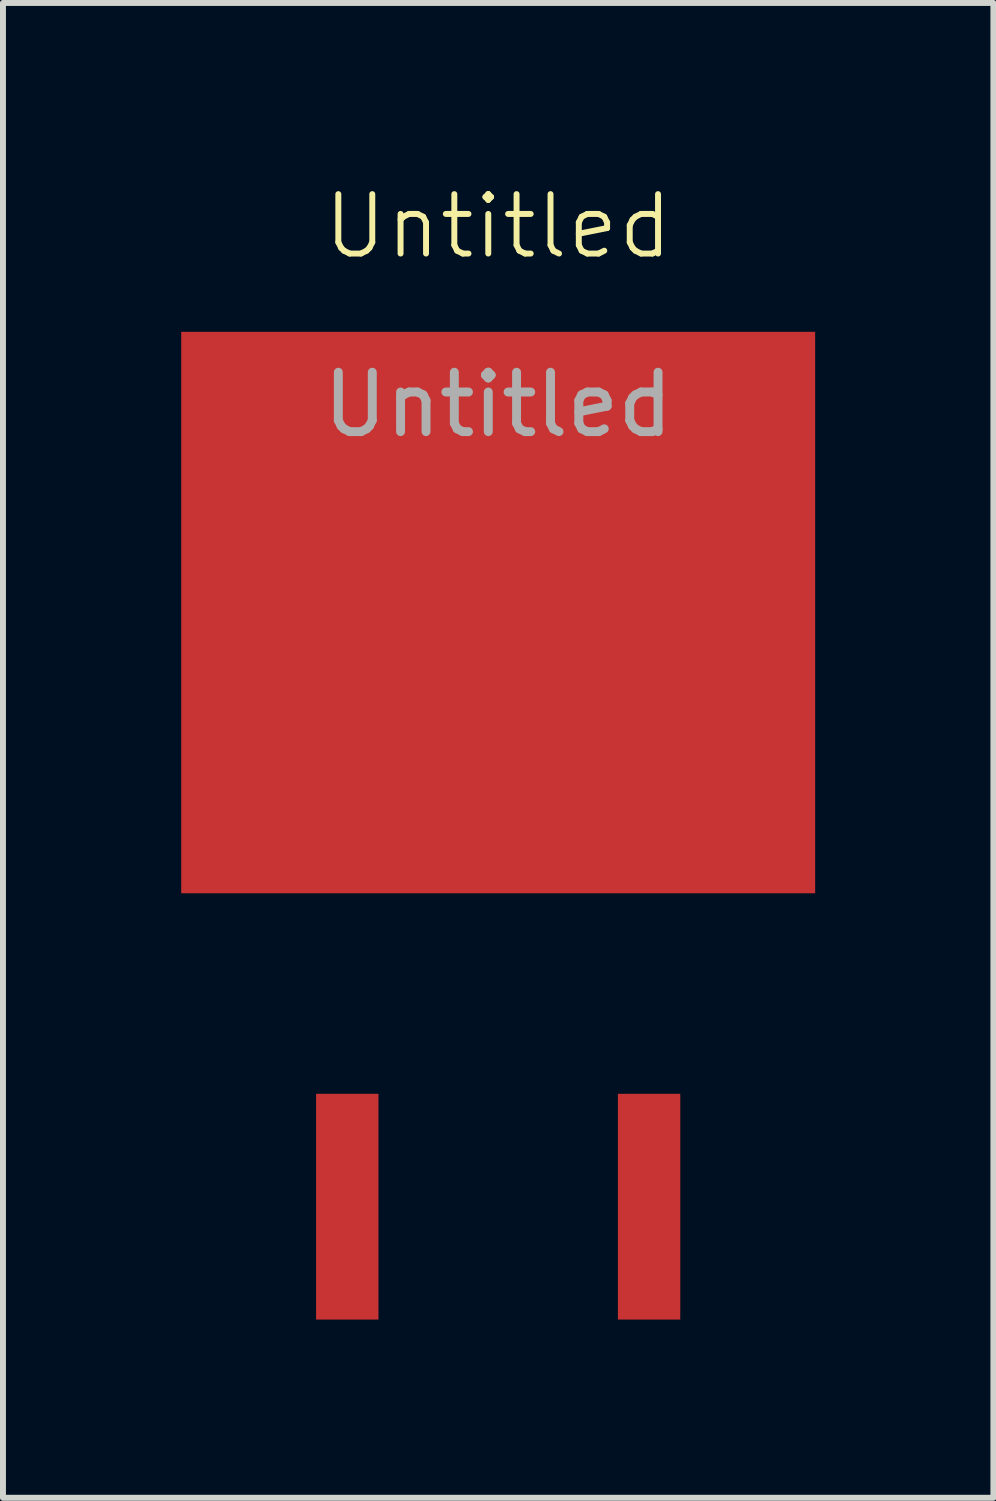
<source format=kicad_pcb>
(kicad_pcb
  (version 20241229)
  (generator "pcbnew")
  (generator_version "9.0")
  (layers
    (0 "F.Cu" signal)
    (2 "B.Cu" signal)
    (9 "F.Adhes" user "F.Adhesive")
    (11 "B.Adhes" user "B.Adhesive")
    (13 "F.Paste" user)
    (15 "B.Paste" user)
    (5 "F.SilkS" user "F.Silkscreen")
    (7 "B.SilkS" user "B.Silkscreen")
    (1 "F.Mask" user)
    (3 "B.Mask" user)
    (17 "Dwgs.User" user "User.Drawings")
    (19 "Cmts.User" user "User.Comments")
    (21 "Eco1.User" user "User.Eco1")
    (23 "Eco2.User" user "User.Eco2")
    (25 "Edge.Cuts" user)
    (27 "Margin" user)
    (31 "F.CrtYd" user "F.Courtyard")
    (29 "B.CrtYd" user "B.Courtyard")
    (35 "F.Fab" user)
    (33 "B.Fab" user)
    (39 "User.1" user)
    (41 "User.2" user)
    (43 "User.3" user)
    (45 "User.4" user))
  (footprint "Untitled"
    (layer "F.Cu")
    (at 5.335 1.26)
    (property "Reference" "Untitled" (at 0 -0.5 0) (unlocked yes) (layer "F.SilkS") (effects (font (size 1 1) (thickness 0.1))))
    (attr smd)
    (fp_text user "${REFERENCE}" (at 0 2.5 0) (unlocked yes) (layer "F.Fab") (effects (font (size 1 1) (thickness 0.15))))
    (pad "1" smd rect (at 0 6) (size 10.67 9.45) (layers "F.Cu" "F.Mask" "F.Paste"))
    (pad "2" smd rect (at -2.54 16) (size 1.05 3.8) (layers "F.Cu" "F.Mask" "F.Paste"))
    (pad "3" smd rect (at 2.54 16) (size 1.05 3.8) (layers "F.Cu" "F.Mask" "F.Paste")))
  (gr_rect
    (start -3 -3)
    (end 13.67 22.16)
    (stroke (width 0.1) (type default))
    (fill no)
    (layer "Edge.Cuts")))
</source>
